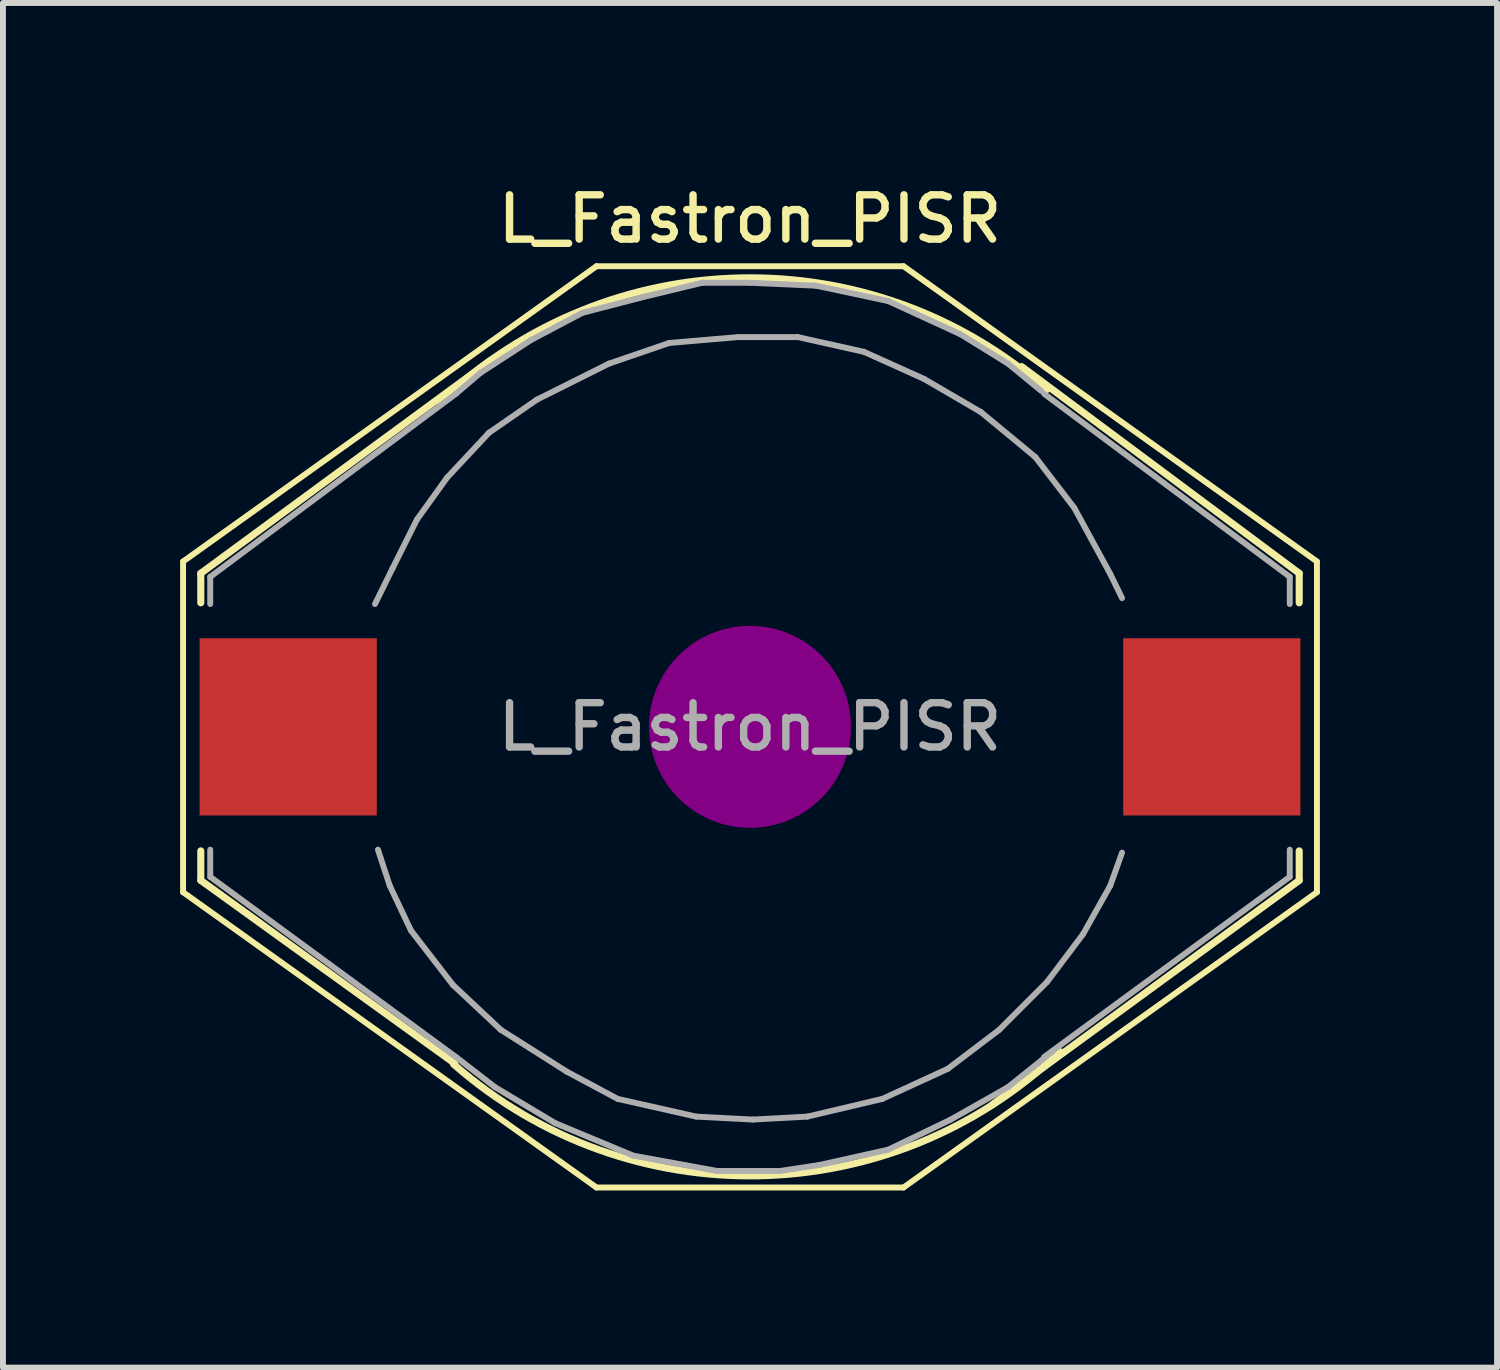
<source format=kicad_pcb>
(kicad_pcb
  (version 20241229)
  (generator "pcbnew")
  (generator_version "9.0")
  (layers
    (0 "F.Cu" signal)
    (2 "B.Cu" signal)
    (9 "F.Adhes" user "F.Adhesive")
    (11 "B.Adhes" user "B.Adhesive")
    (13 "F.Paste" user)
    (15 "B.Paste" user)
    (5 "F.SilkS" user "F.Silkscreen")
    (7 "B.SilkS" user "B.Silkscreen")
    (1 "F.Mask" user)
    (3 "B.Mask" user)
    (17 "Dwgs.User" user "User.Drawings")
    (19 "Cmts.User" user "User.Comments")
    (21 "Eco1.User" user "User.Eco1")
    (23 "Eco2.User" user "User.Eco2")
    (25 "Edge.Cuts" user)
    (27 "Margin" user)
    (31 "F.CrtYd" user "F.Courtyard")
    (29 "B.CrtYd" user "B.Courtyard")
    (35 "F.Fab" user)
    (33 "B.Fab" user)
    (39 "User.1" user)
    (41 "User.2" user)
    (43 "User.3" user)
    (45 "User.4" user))
  (footprint "L_Fastron_PISR"
    (layer "F.Cu")
    (at 9.65 9.258)
    (property "Reference" "L_Fastron_PISR" (at 0 -8.6 0) (layer "F.SilkS") (effects (font (size 0.75 0.75) (thickness 0.125))))
    (attr smd)
    (fp_line (start -9.6 -2.8) (end -2.6 -7.8) (stroke (width 0.1) (type solid)) (layer "F.SilkS"))
    (fp_line (start -9.6 2.8) (end -9.6 -2.8) (stroke (width 0.1) (type solid)) (layer "F.SilkS"))
    (fp_line (start -9.3 -2.6) (end -9.3 -2.1) (stroke (width 0.12) (type solid)) (layer "F.SilkS"))
    (fp_line (start -9.3 -2.6) (end -4.4 -6.2) (stroke (width 0.12) (type solid)) (layer "F.SilkS"))
    (fp_line (start -9.3 2.6) (end -9.3 2.1) (stroke (width 0.12) (type solid)) (layer "F.SilkS"))
    (fp_line (start -5 5.7) (end -9.3 2.6) (stroke (width 0.12) (type solid)) (layer "F.SilkS"))
    (fp_line (start -2.6 -7.8) (end 2.6 -7.8) (stroke (width 0.1) (type solid)) (layer "F.SilkS"))
    (fp_line (start -2.6 7.8) (end -9.6 2.8) (stroke (width 0.1) (type solid)) (layer "F.SilkS"))
    (fp_line (start 2.6 -7.8) (end 9.6 -2.8) (stroke (width 0.1) (type solid)) (layer "F.SilkS"))
    (fp_line (start 2.6 7.8) (end -2.6 7.8) (stroke (width 0.1) (type solid)) (layer "F.SilkS"))
    (fp_line (start 4.1 6.4) (end 9.3 2.6) (stroke (width 0.12) (type solid)) (layer "F.SilkS"))
    (fp_line (start 4.6 -6.1) (end 9.3 -2.6) (stroke (width 0.12) (type solid)) (layer "F.SilkS"))
    (fp_line (start 9.3 -2.6) (end 9.3 -2.1) (stroke (width 0.12) (type solid)) (layer "F.SilkS"))
    (fp_line (start 9.3 2.6) (end 9.3 2.1) (stroke (width 0.12) (type solid)) (layer "F.SilkS"))
    (fp_line (start 9.6 -2.8) (end 9.6 2.8) (stroke (width 0.1) (type solid)) (layer "F.SilkS"))
    (fp_line (start 9.6 2.8) (end 2.6 7.8) (stroke (width 0.1) (type solid)) (layer "F.SilkS"))
    (fp_arc (start -5.25 -5.5) (mid -0.15496 -7.601874) (end 5.021503 -5.709379) (stroke (width 0.12) (type solid)) (layer "F.SilkS"))
    (fp_arc (start 5.25 5.5) (mid 0.15496 7.601874) (end -5.021503 5.709379) (stroke (width 0.12) (type solid)) (layer "F.SilkS"))
    (fp_line (start 0 -0.25) (end 0 0.25) (stroke (width 0.38) (type solid)) (layer "F.Adhes"))
    (fp_circle (center 0 0) (end 0 0.25) (stroke (width 0.38) (type solid)) (fill no) (layer "F.Adhes"))
    (fp_circle (center 0 0) (end 0 0.51) (stroke (width 0.38) (type solid)) (fill no) (layer "F.Adhes"))
    (fp_circle (center 0 0) (end 0 0.76) (stroke (width 0.38) (type solid)) (fill no) (layer "F.Adhes"))
    (fp_circle (center 0 0) (end 0 1.02) (stroke (width 0.38) (type solid)) (fill no) (layer "F.Adhes"))
    (fp_circle (center 0 0) (end 0 1.27) (stroke (width 0.38) (type solid)) (fill no) (layer "F.Adhes"))
    (fp_circle (center 0 0) (end 0 1.52) (stroke (width 0.38) (type solid)) (fill no) (layer "F.Adhes"))
    (fp_line (start -9.14 -2.54) (end -4.98 -5.64) (stroke (width 0.1) (type solid)) (layer "F.Fab"))
    (fp_line (start -9.14 -2.08) (end -9.14 -2.54) (stroke (width 0.1) (type solid)) (layer "F.Fab"))
    (fp_line (start -9.14 2.08) (end -9.14 2.54) (stroke (width 0.1) (type solid)) (layer "F.Fab"))
    (fp_line (start -9.14 2.54) (end -4.98 5.59) (stroke (width 0.1) (type solid)) (layer "F.Fab"))
    (fp_line (start -6.35 -2.08) (end -6.05 -2.69) (stroke (width 0.1) (type solid)) (layer "F.Fab"))
    (fp_line (start -6.3 2.08) (end -6.1 2.69) (stroke (width 0.1) (type solid)) (layer "F.Fab"))
    (fp_line (start -6.1 2.69) (end -5.74 3.45) (stroke (width 0.1) (type solid)) (layer "F.Fab"))
    (fp_line (start -6.05 -2.69) (end -5.64 -3.51) (stroke (width 0.1) (type solid)) (layer "F.Fab"))
    (fp_line (start -5.74 3.45) (end -5.03 4.37) (stroke (width 0.1) (type solid)) (layer "F.Fab"))
    (fp_line (start -5.64 -3.51) (end -5.13 -4.22) (stroke (width 0.1) (type solid)) (layer "F.Fab"))
    (fp_line (start -5.13 -4.22) (end -4.42 -4.98) (stroke (width 0.1) (type solid)) (layer "F.Fab"))
    (fp_line (start -5.03 4.37) (end -4.22 5.13) (stroke (width 0.1) (type solid)) (layer "F.Fab"))
    (fp_line (start -4.98 -5.64) (end -4.57 -5.99) (stroke (width 0.1) (type solid)) (layer "F.Fab"))
    (fp_line (start -4.98 5.59) (end -4.32 6.1) (stroke (width 0.1) (type solid)) (layer "F.Fab"))
    (fp_line (start -4.57 -5.99) (end -3.71 -6.55) (stroke (width 0.1) (type solid)) (layer "F.Fab"))
    (fp_line (start -4.42 -4.98) (end -3.61 -5.54) (stroke (width 0.1) (type solid)) (layer "F.Fab"))
    (fp_line (start -4.32 6.1) (end -3.3 6.71) (stroke (width 0.1) (type solid)) (layer "F.Fab"))
    (fp_line (start -4.22 5.13) (end -3.1 5.84) (stroke (width 0.1) (type solid)) (layer "F.Fab"))
    (fp_line (start -3.71 -6.55) (end -2.84 -7.01) (stroke (width 0.1) (type solid)) (layer "F.Fab"))
    (fp_line (start -3.61 -5.54) (end -2.39 -6.15) (stroke (width 0.1) (type solid)) (layer "F.Fab"))
    (fp_line (start -3.3 6.71) (end -1.98 7.26) (stroke (width 0.1) (type solid)) (layer "F.Fab"))
    (fp_line (start -3.1 5.84) (end -2.24 6.3) (stroke (width 0.1) (type solid)) (layer "F.Fab"))
    (fp_line (start -2.84 -7.01) (end -1.88 -7.26) (stroke (width 0.1) (type solid)) (layer "F.Fab"))
    (fp_line (start -2.39 -6.15) (end -1.37 -6.5) (stroke (width 0.1) (type solid)) (layer "F.Fab"))
    (fp_line (start -2.24 6.3) (end -0.91 6.6) (stroke (width 0.1) (type solid)) (layer "F.Fab"))
    (fp_line (start -1.98 7.26) (end -0.56 7.52) (stroke (width 0.1) (type solid)) (layer "F.Fab"))
    (fp_line (start -1.88 -7.26) (end -0.81 -7.52) (stroke (width 0.1) (type solid)) (layer "F.Fab"))
    (fp_line (start -1.37 -6.5) (end -0.2 -6.6) (stroke (width 0.1) (type solid)) (layer "F.Fab"))
    (fp_line (start -0.91 6.6) (end 0.05 6.65) (stroke (width 0.1) (type solid)) (layer "F.Fab"))
    (fp_line (start -0.81 -7.52) (end 0 -7.52) (stroke (width 0.1) (type solid)) (layer "F.Fab"))
    (fp_line (start -0.56 7.52) (end 0.51 7.52) (stroke (width 0.1) (type solid)) (layer "F.Fab"))
    (fp_line (start -0.2 -6.6) (end 0.81 -6.6) (stroke (width 0.1) (type solid)) (layer "F.Fab"))
    (fp_line (start 0 -7.52) (end 1.12 -7.47) (stroke (width 0.1) (type solid)) (layer "F.Fab"))
    (fp_line (start 0.05 6.65) (end 0.97 6.6) (stroke (width 0.1) (type solid)) (layer "F.Fab"))
    (fp_line (start 0.51 7.52) (end 1.17 7.42) (stroke (width 0.1) (type solid)) (layer "F.Fab"))
    (fp_line (start 0.81 -6.6) (end 1.93 -6.35) (stroke (width 0.1) (type solid)) (layer "F.Fab"))
    (fp_line (start 0.97 6.6) (end 2.24 6.3) (stroke (width 0.1) (type solid)) (layer "F.Fab"))
    (fp_line (start 1.12 -7.47) (end 2.34 -7.21) (stroke (width 0.1) (type solid)) (layer "F.Fab"))
    (fp_line (start 1.17 7.42) (end 2.34 7.16) (stroke (width 0.1) (type solid)) (layer "F.Fab"))
    (fp_line (start 1.93 -6.35) (end 2.95 -5.89) (stroke (width 0.1) (type solid)) (layer "F.Fab"))
    (fp_line (start 2.24 6.3) (end 3.35 5.79) (stroke (width 0.1) (type solid)) (layer "F.Fab"))
    (fp_line (start 2.34 -7.21) (end 3.56 -6.65) (stroke (width 0.1) (type solid)) (layer "F.Fab"))
    (fp_line (start 2.34 7.16) (end 3.4 6.65) (stroke (width 0.1) (type solid)) (layer "F.Fab"))
    (fp_line (start 2.95 -5.89) (end 3.91 -5.33) (stroke (width 0.1) (type solid)) (layer "F.Fab"))
    (fp_line (start 3.35 5.79) (end 4.22 5.13) (stroke (width 0.1) (type solid)) (layer "F.Fab"))
    (fp_line (start 3.4 6.65) (end 4.37 6.1) (stroke (width 0.1) (type solid)) (layer "F.Fab"))
    (fp_line (start 3.56 -6.65) (end 4.37 -6.15) (stroke (width 0.1) (type solid)) (layer "F.Fab"))
    (fp_line (start 3.91 -5.33) (end 4.83 -4.57) (stroke (width 0.1) (type solid)) (layer "F.Fab"))
    (fp_line (start 4.22 5.13) (end 5.03 4.32) (stroke (width 0.1) (type solid)) (layer "F.Fab"))
    (fp_line (start 4.37 -6.15) (end 4.93 -5.69) (stroke (width 0.1) (type solid)) (layer "F.Fab"))
    (fp_line (start 4.37 6.1) (end 5.13 5.49) (stroke (width 0.1) (type solid)) (layer "F.Fab"))
    (fp_line (start 4.83 -4.57) (end 5.49 -3.71) (stroke (width 0.1) (type solid)) (layer "F.Fab"))
    (fp_line (start 5.03 4.32) (end 5.64 3.51) (stroke (width 0.1) (type solid)) (layer "F.Fab"))
    (fp_line (start 5.49 -3.71) (end 6.1 -2.59) (stroke (width 0.1) (type solid)) (layer "F.Fab"))
    (fp_line (start 5.64 3.51) (end 6.1 2.69) (stroke (width 0.1) (type solid)) (layer "F.Fab"))
    (fp_line (start 6.1 -2.59) (end 6.3 -2.18) (stroke (width 0.1) (type solid)) (layer "F.Fab"))
    (fp_line (start 6.1 2.69) (end 6.3 2.13) (stroke (width 0.1) (type solid)) (layer "F.Fab"))
    (fp_line (start 9.14 -2.54) (end 4.98 -5.64) (stroke (width 0.1) (type solid)) (layer "F.Fab"))
    (fp_line (start 9.14 -2.08) (end 9.14 -2.54) (stroke (width 0.1) (type solid)) (layer "F.Fab"))
    (fp_line (start 9.14 2.08) (end 9.14 2.54) (stroke (width 0.1) (type solid)) (layer "F.Fab"))
    (fp_line (start 9.14 2.54) (end 4.98 5.59) (stroke (width 0.1) (type solid)) (layer "F.Fab"))
    (fp_text user "${REFERENCE}" (at 0 0 0) (layer "F.Fab") (effects (font (size 0.75 0.75) (thickness 0.125))))
    (pad "1" smd rect (at 7.82 0) (size 3 3) (layers "F.Cu" "F.Mask" "F.Paste"))
    (pad "2" smd rect (at -7.82 0) (size 3 3) (layers "F.Cu" "F.Mask" "F.Paste")))
  (gr_rect
    (start -3 -3)
    (end 22.3 20.108)
    (stroke (width 0.1) (type default))
    (fill no)
    (layer "Edge.Cuts")))
</source>
